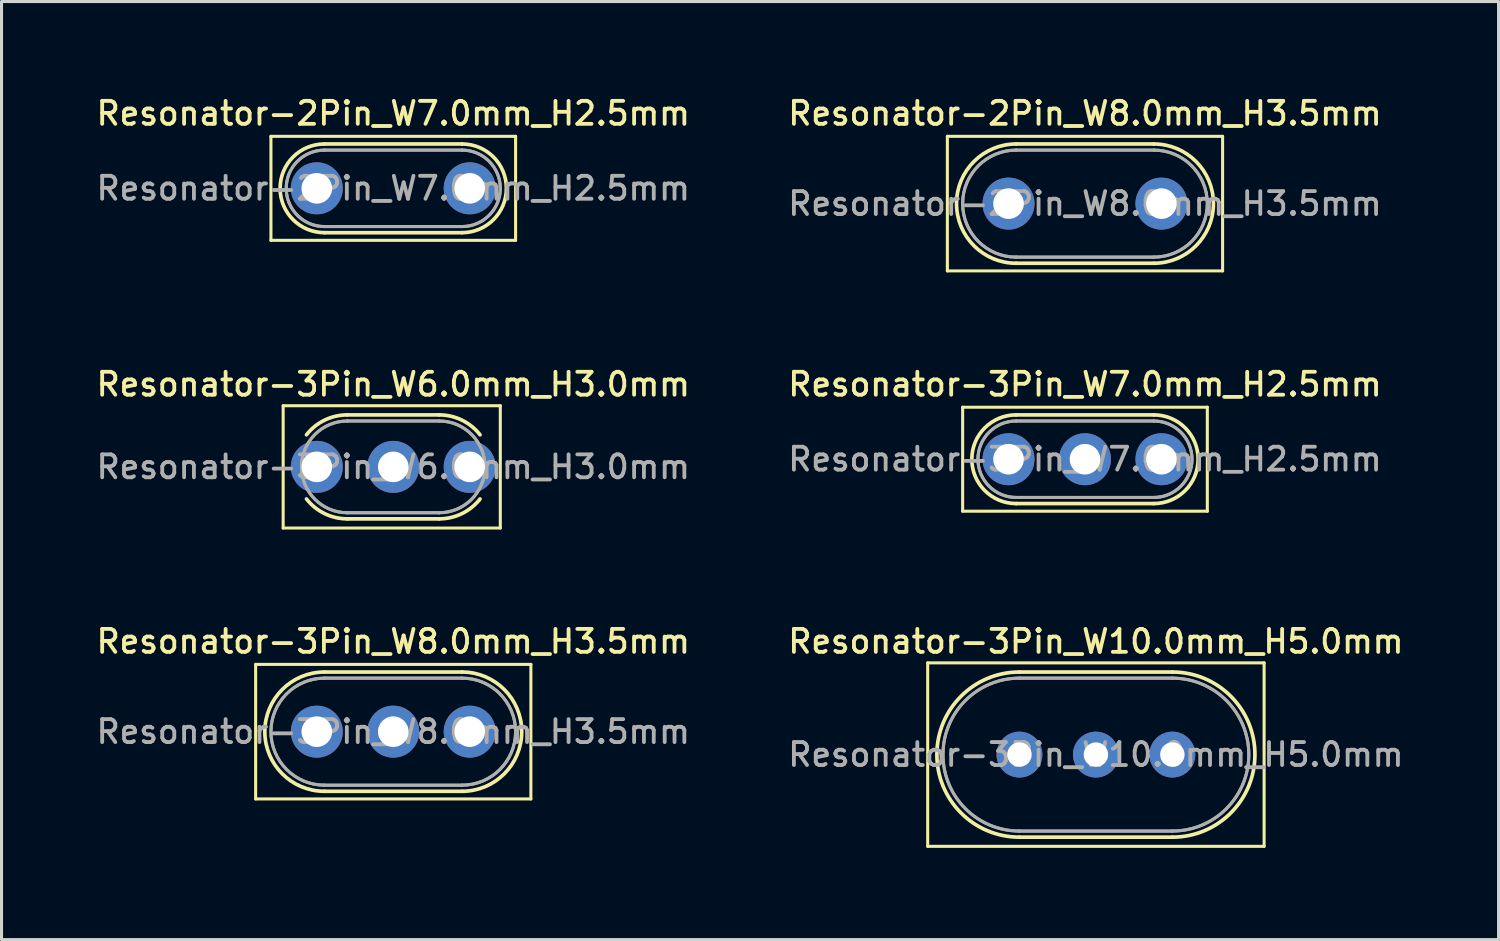
<source format=kicad_pcb>
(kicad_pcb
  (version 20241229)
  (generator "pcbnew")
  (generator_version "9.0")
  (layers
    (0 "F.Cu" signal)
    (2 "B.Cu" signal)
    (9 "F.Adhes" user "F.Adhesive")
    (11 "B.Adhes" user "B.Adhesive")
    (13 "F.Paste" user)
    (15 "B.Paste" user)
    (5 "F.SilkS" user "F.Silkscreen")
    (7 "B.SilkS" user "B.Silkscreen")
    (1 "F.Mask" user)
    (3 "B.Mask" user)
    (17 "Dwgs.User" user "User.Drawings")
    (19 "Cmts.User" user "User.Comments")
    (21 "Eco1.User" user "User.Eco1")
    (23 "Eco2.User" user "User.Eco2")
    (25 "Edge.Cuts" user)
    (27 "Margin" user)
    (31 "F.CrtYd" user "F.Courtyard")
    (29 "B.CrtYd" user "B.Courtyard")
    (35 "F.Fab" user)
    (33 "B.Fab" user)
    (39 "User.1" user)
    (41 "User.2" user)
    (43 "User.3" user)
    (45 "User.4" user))
  (footprint "Resonator-3Pin_W6.0mm_H3.0mm"
    (layer "F.Cu")
    (at 7.309 12.216)
    (property "Reference" "Resonator-3Pin_W6.0mm_H3.0mm" (at 2.5 -2.7 0) (layer "F.SilkS") (effects (font (size 0.75 0.75) (thickness 0.125))))
    (attr through_hole)
    (fp_line (start -1.1 -2) (end -1.1 2) (stroke (width 0.1) (type solid)) (layer "F.SilkS"))
    (fp_line (start -1.1 2) (end 6 2) (stroke (width 0.1) (type solid)) (layer "F.SilkS"))
    (fp_line (start 1 -1.7) (end 4 -1.7) (stroke (width 0.12) (type solid)) (layer "F.SilkS"))
    (fp_line (start 1 1.7) (end 4 1.7) (stroke (width 0.12) (type solid)) (layer "F.SilkS"))
    (fp_line (start 6 -2) (end -1.1 -2) (stroke (width 0.1) (type solid)) (layer "F.SilkS"))
    (fp_line (start 6 2) (end 6 -2) (stroke (width 0.1) (type solid)) (layer "F.SilkS"))
    (fp_arc (start -0.33779 -1.048961) (mid 0.256102 -1.5286) (end 1 -1.7) (stroke (width 0.12) (type solid)) (layer "F.SilkS"))
    (fp_arc (start 1 1.7) (mid 0.256103 1.5286) (end -0.33779 1.048961) (stroke (width 0.12) (type solid)) (layer "F.SilkS"))
    (fp_arc (start 4 -1.7) (mid 4.743897 -1.5286) (end 5.33779 -1.048961) (stroke (width 0.12) (type solid)) (layer "F.SilkS"))
    (fp_arc (start 5.33779 1.048961) (mid 4.743898 1.5286) (end 4 1.7) (stroke (width 0.12) (type solid)) (layer "F.SilkS"))
    (fp_line (start 1 -1.5) (end 4 -1.5) (stroke (width 0.1) (type solid)) (layer "F.Fab"))
    (fp_line (start 1 -1.5) (end 4 -1.5) (stroke (width 0.1) (type solid)) (layer "F.Fab"))
    (fp_line (start 1 1.5) (end 4 1.5) (stroke (width 0.1) (type solid)) (layer "F.Fab"))
    (fp_line (start 1 1.5) (end 4 1.5) (stroke (width 0.1) (type solid)) (layer "F.Fab"))
    (fp_arc (start 1 1.5) (mid -0.5 0) (end 1 -1.5) (stroke (width 0.1) (type solid)) (layer "F.Fab"))
    (fp_arc (start 1 1.5) (mid -0.5 0) (end 1 -1.5) (stroke (width 0.1) (type solid)) (layer "F.Fab"))
    (fp_arc (start 4 -1.5) (mid 5.5 0) (end 4 1.5) (stroke (width 0.1) (type solid)) (layer "F.Fab"))
    (fp_arc (start 4 -1.5) (mid 5.5 0) (end 4 1.5) (stroke (width 0.1) (type solid)) (layer "F.Fab"))
    (fp_text user "${REFERENCE}" (at 2.5 0 0) (layer "F.Fab") (effects (font (size 0.75 0.75) (thickness 0.125))))
    (pad "1" thru_hole circle (at 0 0) (size 1.7 1.7) (drill 1) (layers "*.Cu" "*.Mask"))
    (pad "2" thru_hole circle (at 2.5 0) (size 1.7 1.7) (drill 1) (layers "*.Cu" "*.Mask"))
    (pad "3" thru_hole circle (at 5 0) (size 1.7 1.7) (drill 1) (layers "*.Cu" "*.Mask")))
  (footprint "Resonator-2Pin_W7.0mm_H2.5mm"
    (layer "F.Cu")
    (at 7.309 3.108)
    (property "Reference" "Resonator-2Pin_W7.0mm_H2.5mm" (at 2.5 -2.45 0) (layer "F.SilkS") (effects (font (size 0.75 0.75) (thickness 0.125))))
    (attr through_hole)
    (fp_line (start -1.5 -1.7) (end -1.5 1.7) (stroke (width 0.1) (type solid)) (layer "F.SilkS"))
    (fp_line (start -1.5 1.7) (end 6.5 1.7) (stroke (width 0.1) (type solid)) (layer "F.SilkS"))
    (fp_line (start 0.25 -1.45) (end 4.75 -1.45) (stroke (width 0.12) (type solid)) (layer "F.SilkS"))
    (fp_line (start 0.25 1.45) (end 4.75 1.45) (stroke (width 0.12) (type solid)) (layer "F.SilkS"))
    (fp_line (start 6.5 -1.7) (end -1.5 -1.7) (stroke (width 0.1) (type solid)) (layer "F.SilkS"))
    (fp_line (start 6.5 1.7) (end 6.5 -1.7) (stroke (width 0.1) (type solid)) (layer "F.SilkS"))
    (fp_arc (start 0.25 1.45) (mid -1.2 0) (end 0.25 -1.45) (stroke (width 0.12) (type solid)) (layer "F.SilkS"))
    (fp_arc (start 4.75 -1.45) (mid 6.2 0) (end 4.75 1.45) (stroke (width 0.12) (type solid)) (layer "F.SilkS"))
    (fp_line (start 0.25 -1.25) (end 4.75 -1.25) (stroke (width 0.1) (type solid)) (layer "F.Fab"))
    (fp_line (start 0.25 -1.25) (end 4.75 -1.25) (stroke (width 0.1) (type solid)) (layer "F.Fab"))
    (fp_line (start 0.25 1.25) (end 4.75 1.25) (stroke (width 0.1) (type solid)) (layer "F.Fab"))
    (fp_line (start 0.25 1.25) (end 4.75 1.25) (stroke (width 0.1) (type solid)) (layer "F.Fab"))
    (fp_arc (start 0.25 1.25) (mid -1 0) (end 0.25 -1.25) (stroke (width 0.1) (type solid)) (layer "F.Fab"))
    (fp_arc (start 0.25 1.25) (mid -1 0) (end 0.25 -1.25) (stroke (width 0.1) (type solid)) (layer "F.Fab"))
    (fp_arc (start 4.75 -1.25) (mid 6 0) (end 4.75 1.25) (stroke (width 0.1) (type solid)) (layer "F.Fab"))
    (fp_arc (start 4.75 -1.25) (mid 6 0) (end 4.75 1.25) (stroke (width 0.1) (type solid)) (layer "F.Fab"))
    (fp_text user "${REFERENCE}" (at 2.5 0 0) (layer "F.Fab") (effects (font (size 0.75 0.75) (thickness 0.125))))
    (pad "1" thru_hole circle (at 0 0) (size 1.7 1.7) (drill 1) (layers "*.Cu" "*.Mask"))
    (pad "2" thru_hole circle (at 5 0) (size 1.7 1.7) (drill 1) (layers "*.Cu" "*.Mask")))
  (footprint "Resonator-3Pin_W8.0mm_H3.5mm"
    (layer "F.Cu")
    (at 7.309 20.874)
    (property "Reference" "Resonator-3Pin_W8.0mm_H3.5mm" (at 2.5 -2.95 0) (layer "F.SilkS") (effects (font (size 0.75 0.75) (thickness 0.125))))
    (attr through_hole)
    (fp_line (start -2 -2.2) (end -2 2.2) (stroke (width 0.1) (type solid)) (layer "F.SilkS"))
    (fp_line (start -2 2.2) (end 7 2.2) (stroke (width 0.1) (type solid)) (layer "F.SilkS"))
    (fp_line (start 0.25 -1.95) (end 4.75 -1.95) (stroke (width 0.12) (type solid)) (layer "F.SilkS"))
    (fp_line (start 0.25 1.95) (end 4.75 1.95) (stroke (width 0.12) (type solid)) (layer "F.SilkS"))
    (fp_line (start 7 -2.2) (end -2 -2.2) (stroke (width 0.1) (type solid)) (layer "F.SilkS"))
    (fp_line (start 7 2.2) (end 7 -2.2) (stroke (width 0.1) (type solid)) (layer "F.SilkS"))
    (fp_arc (start 0.25 1.95) (mid -1.7 0) (end 0.25 -1.95) (stroke (width 0.12) (type solid)) (layer "F.SilkS"))
    (fp_arc (start 4.75 -1.95) (mid 6.7 0) (end 4.75 1.95) (stroke (width 0.12) (type solid)) (layer "F.SilkS"))
    (fp_line (start 0.25 -1.75) (end 4.75 -1.75) (stroke (width 0.1) (type solid)) (layer "F.Fab"))
    (fp_line (start 0.25 -1.75) (end 4.75 -1.75) (stroke (width 0.1) (type solid)) (layer "F.Fab"))
    (fp_line (start 0.25 1.75) (end 4.75 1.75) (stroke (width 0.1) (type solid)) (layer "F.Fab"))
    (fp_line (start 0.25 1.75) (end 4.75 1.75) (stroke (width 0.1) (type solid)) (layer "F.Fab"))
    (fp_arc (start 0.25 1.75) (mid -1.5 0) (end 0.25 -1.75) (stroke (width 0.1) (type solid)) (layer "F.Fab"))
    (fp_arc (start 0.25 1.75) (mid -1.5 0) (end 0.25 -1.75) (stroke (width 0.1) (type solid)) (layer "F.Fab"))
    (fp_arc (start 4.75 -1.75) (mid 6.5 0) (end 4.75 1.75) (stroke (width 0.1) (type solid)) (layer "F.Fab"))
    (fp_arc (start 4.75 -1.75) (mid 6.5 0) (end 4.75 1.75) (stroke (width 0.1) (type solid)) (layer "F.Fab"))
    (fp_text user "${REFERENCE}" (at 2.5 0 0) (layer "F.Fab") (effects (font (size 0.75 0.75) (thickness 0.125))))
    (pad "1" thru_hole circle (at 0 0) (size 1.7 1.7) (drill 1) (layers "*.Cu" "*.Mask"))
    (pad "2" thru_hole circle (at 2.5 0) (size 1.7 1.7) (drill 1) (layers "*.Cu" "*.Mask"))
    (pad "3" thru_hole circle (at 5 0) (size 1.7 1.7) (drill 1) (layers "*.Cu" "*.Mask")))
  (footprint "Resonator-3Pin_W10.0mm_H5.0mm"
    (layer "F.Cu")
    (at 30.284 21.624)
    (property "Reference" "Resonator-3Pin_W10.0mm_H5.0mm" (at 2.5 -3.7 0) (layer "F.SilkS") (effects (font (size 0.75 0.75) (thickness 0.125))))
    (attr through_hole)
    (fp_line (start -3 -3) (end -3 3) (stroke (width 0.1) (type solid)) (layer "F.SilkS"))
    (fp_line (start -3 3) (end 8 3) (stroke (width 0.1) (type solid)) (layer "F.SilkS"))
    (fp_line (start 0 -2.7) (end 5 -2.7) (stroke (width 0.12) (type solid)) (layer "F.SilkS"))
    (fp_line (start 0 2.7) (end 5 2.7) (stroke (width 0.12) (type solid)) (layer "F.SilkS"))
    (fp_line (start 8 -3) (end -3 -3) (stroke (width 0.1) (type solid)) (layer "F.SilkS"))
    (fp_line (start 8 3) (end 8 -3) (stroke (width 0.1) (type solid)) (layer "F.SilkS"))
    (fp_arc (start 0 2.7) (mid -2.7 0) (end 0 -2.7) (stroke (width 0.12) (type solid)) (layer "F.SilkS"))
    (fp_arc (start 5 -2.7) (mid 7.7 0) (end 5 2.7) (stroke (width 0.12) (type solid)) (layer "F.SilkS"))
    (fp_line (start 0 -2.5) (end 5 -2.5) (stroke (width 0.1) (type solid)) (layer "F.Fab"))
    (fp_line (start 0 -2.5) (end 5 -2.5) (stroke (width 0.1) (type solid)) (layer "F.Fab"))
    (fp_line (start 0 2.5) (end 5 2.5) (stroke (width 0.1) (type solid)) (layer "F.Fab"))
    (fp_line (start 0 2.5) (end 5 2.5) (stroke (width 0.1) (type solid)) (layer "F.Fab"))
    (fp_arc (start 0 2.5) (mid -2.5 0) (end 0 -2.5) (stroke (width 0.1) (type solid)) (layer "F.Fab"))
    (fp_arc (start 0 2.5) (mid -2.5 0) (end 0 -2.5) (stroke (width 0.1) (type solid)) (layer "F.Fab"))
    (fp_arc (start 5 -2.5) (mid 7.5 0) (end 5 2.5) (stroke (width 0.1) (type solid)) (layer "F.Fab"))
    (fp_arc (start 5 -2.5) (mid 7.5 0) (end 5 2.5) (stroke (width 0.1) (type solid)) (layer "F.Fab"))
    (fp_text user "${REFERENCE}" (at 2.5 0 0) (layer "F.Fab") (effects (font (size 0.75 0.75) (thickness 0.125))))
    (pad "1" thru_hole circle (at 0 0) (size 1.5 1.5) (drill 0.8) (layers "*.Cu" "*.Mask"))
    (pad "2" thru_hole circle (at 2.5 0) (size 1.5 1.5) (drill 0.8) (layers "*.Cu" "*.Mask"))
    (pad "3" thru_hole circle (at 5 0) (size 1.5 1.5) (drill 0.8) (layers "*.Cu" "*.Mask")))
  (footprint "Resonator-2Pin_W8.0mm_H3.5mm"
    (layer "F.Cu")
    (at 29.927 3.608)
    (property "Reference" "Resonator-2Pin_W8.0mm_H3.5mm" (at 2.5 -2.95 0) (layer "F.SilkS") (effects (font (size 0.75 0.75) (thickness 0.125))))
    (attr through_hole)
    (fp_line (start -2 -2.2) (end -2 2.2) (stroke (width 0.1) (type solid)) (layer "F.SilkS"))
    (fp_line (start -2 2.2) (end 7 2.2) (stroke (width 0.1) (type solid)) (layer "F.SilkS"))
    (fp_line (start 0.25 -1.95) (end 4.75 -1.95) (stroke (width 0.12) (type solid)) (layer "F.SilkS"))
    (fp_line (start 0.25 1.95) (end 4.75 1.95) (stroke (width 0.12) (type solid)) (layer "F.SilkS"))
    (fp_line (start 7 -2.2) (end -2 -2.2) (stroke (width 0.1) (type solid)) (layer "F.SilkS"))
    (fp_line (start 7 2.2) (end 7 -2.2) (stroke (width 0.1) (type solid)) (layer "F.SilkS"))
    (fp_arc (start 0.25 1.95) (mid -1.7 0) (end 0.25 -1.95) (stroke (width 0.12) (type solid)) (layer "F.SilkS"))
    (fp_arc (start 4.75 -1.95) (mid 6.7 0) (end 4.75 1.95) (stroke (width 0.12) (type solid)) (layer "F.SilkS"))
    (fp_line (start 0.25 -1.75) (end 4.75 -1.75) (stroke (width 0.1) (type solid)) (layer "F.Fab"))
    (fp_line (start 0.25 -1.75) (end 4.75 -1.75) (stroke (width 0.1) (type solid)) (layer "F.Fab"))
    (fp_line (start 0.25 1.75) (end 4.75 1.75) (stroke (width 0.1) (type solid)) (layer "F.Fab"))
    (fp_line (start 0.25 1.75) (end 4.75 1.75) (stroke (width 0.1) (type solid)) (layer "F.Fab"))
    (fp_arc (start 0.25 1.75) (mid -1.5 0) (end 0.25 -1.75) (stroke (width 0.1) (type solid)) (layer "F.Fab"))
    (fp_arc (start 0.25 1.75) (mid -1.5 0) (end 0.25 -1.75) (stroke (width 0.1) (type solid)) (layer "F.Fab"))
    (fp_arc (start 4.75 -1.75) (mid 6.5 0) (end 4.75 1.75) (stroke (width 0.1) (type solid)) (layer "F.Fab"))
    (fp_arc (start 4.75 -1.75) (mid 6.5 0) (end 4.75 1.75) (stroke (width 0.1) (type solid)) (layer "F.Fab"))
    (fp_text user "${REFERENCE}" (at 2.5 0 0) (layer "F.Fab") (effects (font (size 0.75 0.75) (thickness 0.125))))
    (pad "1" thru_hole circle (at 0 0) (size 1.7 1.7) (drill 1) (layers "*.Cu" "*.Mask"))
    (pad "2" thru_hole circle (at 5 0) (size 1.7 1.7) (drill 1) (layers "*.Cu" "*.Mask")))
  (footprint "Resonator-3Pin_W7.0mm_H2.5mm"
    (layer "F.Cu")
    (at 29.927 11.966)
    (property "Reference" "Resonator-3Pin_W7.0mm_H2.5mm" (at 2.5 -2.45 0) (layer "F.SilkS") (effects (font (size 0.75 0.75) (thickness 0.125))))
    (attr through_hole)
    (fp_line (start -1.5 -1.7) (end -1.5 1.7) (stroke (width 0.1) (type solid)) (layer "F.SilkS"))
    (fp_line (start -1.5 1.7) (end 6.5 1.7) (stroke (width 0.1) (type solid)) (layer "F.SilkS"))
    (fp_line (start 0.25 -1.45) (end 4.75 -1.45) (stroke (width 0.12) (type solid)) (layer "F.SilkS"))
    (fp_line (start 0.25 1.45) (end 4.75 1.45) (stroke (width 0.12) (type solid)) (layer "F.SilkS"))
    (fp_line (start 6.5 -1.7) (end -1.5 -1.7) (stroke (width 0.1) (type solid)) (layer "F.SilkS"))
    (fp_line (start 6.5 1.7) (end 6.5 -1.7) (stroke (width 0.1) (type solid)) (layer "F.SilkS"))
    (fp_arc (start 0.25 1.45) (mid -1.2 0) (end 0.25 -1.45) (stroke (width 0.12) (type solid)) (layer "F.SilkS"))
    (fp_arc (start 4.75 -1.45) (mid 6.2 0) (end 4.75 1.45) (stroke (width 0.12) (type solid)) (layer "F.SilkS"))
    (fp_line (start 0.25 -1.25) (end 4.75 -1.25) (stroke (width 0.1) (type solid)) (layer "F.Fab"))
    (fp_line (start 0.25 -1.25) (end 4.75 -1.25) (stroke (width 0.1) (type solid)) (layer "F.Fab"))
    (fp_line (start 0.25 1.25) (end 4.75 1.25) (stroke (width 0.1) (type solid)) (layer "F.Fab"))
    (fp_line (start 0.25 1.25) (end 4.75 1.25) (stroke (width 0.1) (type solid)) (layer "F.Fab"))
    (fp_arc (start 0.25 1.25) (mid -1 0) (end 0.25 -1.25) (stroke (width 0.1) (type solid)) (layer "F.Fab"))
    (fp_arc (start 0.25 1.25) (mid -1 0) (end 0.25 -1.25) (stroke (width 0.1) (type solid)) (layer "F.Fab"))
    (fp_arc (start 4.75 -1.25) (mid 6 0) (end 4.75 1.25) (stroke (width 0.1) (type solid)) (layer "F.Fab"))
    (fp_arc (start 4.75 -1.25) (mid 6 0) (end 4.75 1.25) (stroke (width 0.1) (type solid)) (layer "F.Fab"))
    (fp_text user "${REFERENCE}" (at 2.5 0 0) (layer "F.Fab") (effects (font (size 0.75 0.75) (thickness 0.125))))
    (pad "1" thru_hole circle (at 0 0) (size 1.7 1.7) (drill 1) (layers "*.Cu" "*.Mask"))
    (pad "2" thru_hole circle (at 2.5 0) (size 1.7 1.7) (drill 1) (layers "*.Cu" "*.Mask"))
    (pad "3" thru_hole circle (at 5 0) (size 1.7 1.7) (drill 1) (layers "*.Cu" "*.Mask")))
  (gr_rect
    (start -3 -3)
    (end 45.95 27.674)
    (stroke (width 0.1) (type default))
    (fill no)
    (layer "Edge.Cuts")))
</source>
